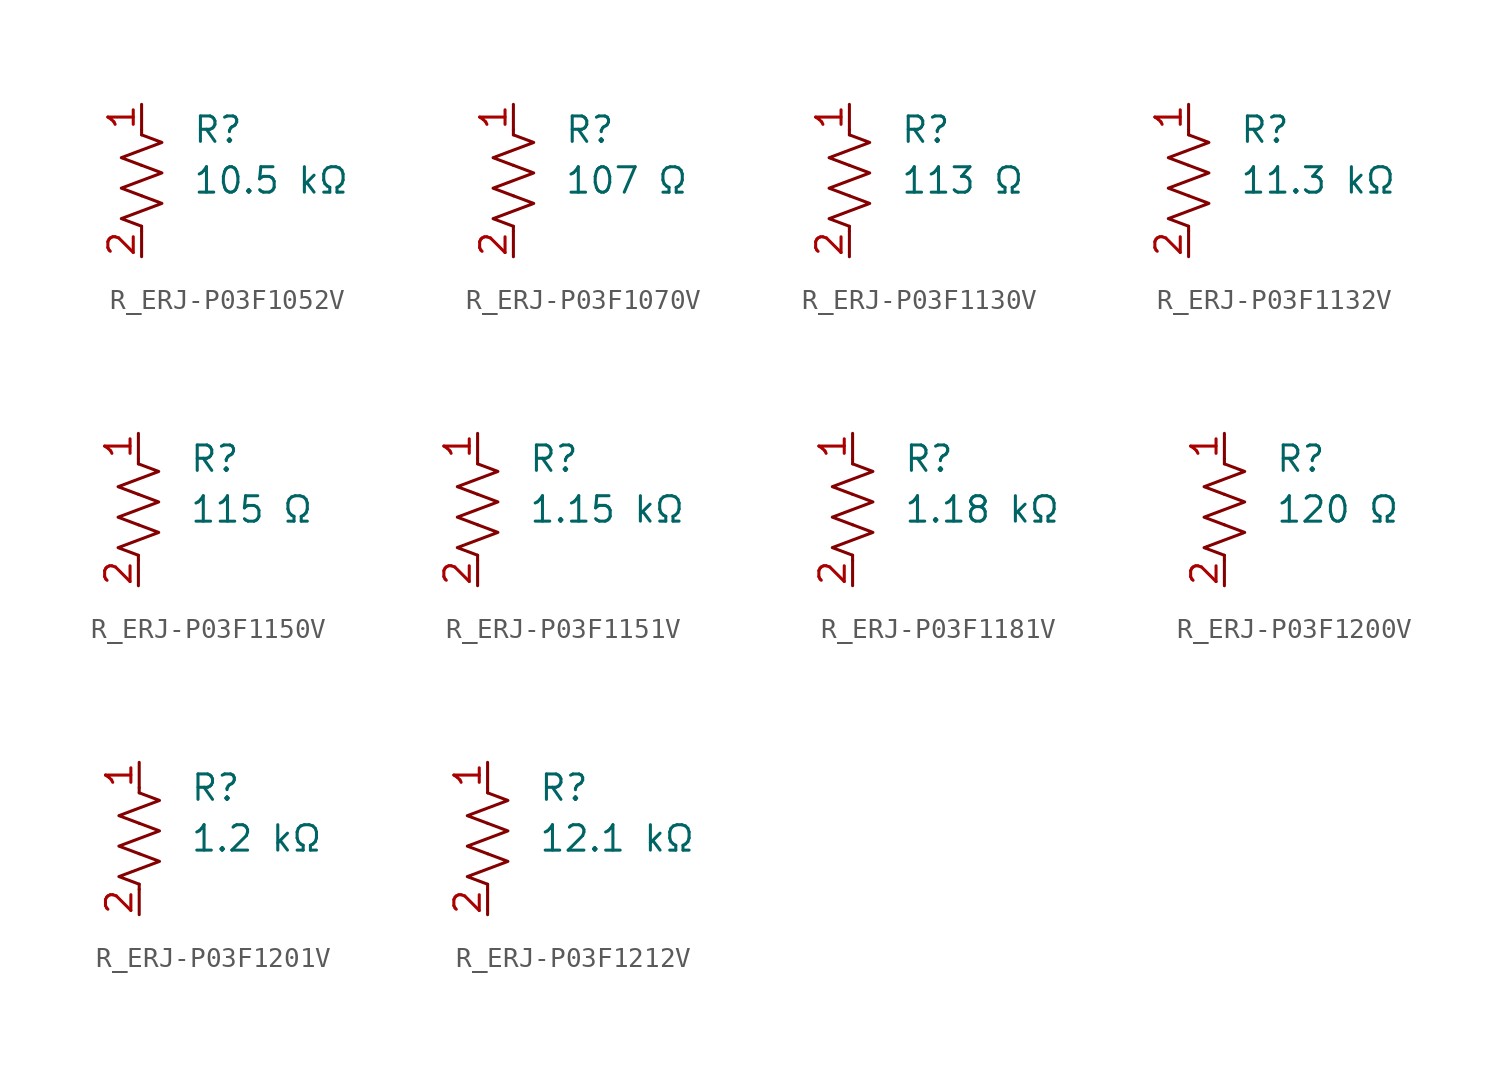
<source format=kicad_sym>
(kicad_symbol_lib
  (version 20231120)
  (generator "kicad_symbol_editor")
  (generator_version "8.0")
  (symbol "R_ERJ-P03F1052V"
    (pin_names
      (offset 0.254))
    (property "Value" "10.5 kΩ"
      (at 2.54 0 0)
      (effects (font (size 1.27 1.27)) (justify left)))
    (property "Reference" "R"
      (at 2.54 2.54 0)
      (effects (font (size 1.27 1.27)) (justify left)))
    (symbol "R_ERJ-P03F1052V_0_1"
      (polyline (pts (xy 0 -2.286) (xy 0 -2.54)) (stroke (width 0) (type default)) (fill (type none)))
      (polyline (pts (xy 0 2.286) (xy 0 2.54)) (stroke (width 0) (type default)) (fill (type none)))
      (polyline (pts (xy 0 -0.762) (xy 1.016 -1.143) (xy 0 -1.524) (xy -1.016 -1.905) (xy 0 -2.286)) (stroke (width 0) (type default)) (fill (type none)))
      (polyline (pts (xy 0 0.762) (xy 1.016 0.381) (xy 0 0) (xy -1.016 -0.381) (xy 0 -0.762)) (stroke (width 0) (type default)) (fill (type none)))
      (polyline (pts (xy 0 2.286) (xy 1.016 1.905) (xy 0 1.524) (xy -1.016 1.143) (xy 0 0.762)) (stroke (width 0) (type default)) (fill (type none))))
    (symbol "R_ERJ-P03F1052V_1_1"
      (pin passive line (at 0 3.81 270) (length 1.27) (name "~" (effects (font (size 1.27 1.27)))) (number "1" (effects (font (size 1.27 1.27)))))
      (pin passive line (at 0 -3.81 90) (length 1.27) (name "~" (effects (font (size 1.27 1.27)))) (number "2" (effects (font (size 1.27 1.27)))))))
  (symbol "R_ERJ-P03F1070V"
    (pin_names
      (offset 0.254))
    (property "Value" "107 Ω"
      (at 2.54 0 0)
      (effects (font (size 1.27 1.27)) (justify left)))
    (property "Reference" "R"
      (at 2.54 2.54 0)
      (effects (font (size 1.27 1.27)) (justify left)))
    (symbol "R_ERJ-P03F1070V_0_1"
      (polyline (pts (xy 0 -2.286) (xy 0 -2.54)) (stroke (width 0) (type default)) (fill (type none)))
      (polyline (pts (xy 0 2.286) (xy 0 2.54)) (stroke (width 0) (type default)) (fill (type none)))
      (polyline (pts (xy 0 -0.762) (xy 1.016 -1.143) (xy 0 -1.524) (xy -1.016 -1.905) (xy 0 -2.286)) (stroke (width 0) (type default)) (fill (type none)))
      (polyline (pts (xy 0 0.762) (xy 1.016 0.381) (xy 0 0) (xy -1.016 -0.381) (xy 0 -0.762)) (stroke (width 0) (type default)) (fill (type none)))
      (polyline (pts (xy 0 2.286) (xy 1.016 1.905) (xy 0 1.524) (xy -1.016 1.143) (xy 0 0.762)) (stroke (width 0) (type default)) (fill (type none))))
    (symbol "R_ERJ-P03F1070V_1_1"
      (pin passive line (at 0 3.81 270) (length 1.27) (name "~" (effects (font (size 1.27 1.27)))) (number "1" (effects (font (size 1.27 1.27)))))
      (pin passive line (at 0 -3.81 90) (length 1.27) (name "~" (effects (font (size 1.27 1.27)))) (number "2" (effects (font (size 1.27 1.27)))))))
  (symbol "R_ERJ-P03F1130V"
    (pin_names
      (offset 0.254))
    (property "Value" "113 Ω"
      (at 2.54 0 0)
      (effects (font (size 1.27 1.27)) (justify left)))
    (property "Reference" "R"
      (at 2.54 2.54 0)
      (effects (font (size 1.27 1.27)) (justify left)))
    (symbol "R_ERJ-P03F1130V_0_1"
      (polyline (pts (xy 0 -2.286) (xy 0 -2.54)) (stroke (width 0) (type default)) (fill (type none)))
      (polyline (pts (xy 0 2.286) (xy 0 2.54)) (stroke (width 0) (type default)) (fill (type none)))
      (polyline (pts (xy 0 -0.762) (xy 1.016 -1.143) (xy 0 -1.524) (xy -1.016 -1.905) (xy 0 -2.286)) (stroke (width 0) (type default)) (fill (type none)))
      (polyline (pts (xy 0 0.762) (xy 1.016 0.381) (xy 0 0) (xy -1.016 -0.381) (xy 0 -0.762)) (stroke (width 0) (type default)) (fill (type none)))
      (polyline (pts (xy 0 2.286) (xy 1.016 1.905) (xy 0 1.524) (xy -1.016 1.143) (xy 0 0.762)) (stroke (width 0) (type default)) (fill (type none))))
    (symbol "R_ERJ-P03F1130V_1_1"
      (pin passive line (at 0 3.81 270) (length 1.27) (name "~" (effects (font (size 1.27 1.27)))) (number "1" (effects (font (size 1.27 1.27)))))
      (pin passive line (at 0 -3.81 90) (length 1.27) (name "~" (effects (font (size 1.27 1.27)))) (number "2" (effects (font (size 1.27 1.27)))))))
  (symbol "R_ERJ-P03F1132V"
    (pin_names
      (offset 0.254))
    (property "Value" "11.3 kΩ"
      (at 2.54 0 0)
      (effects (font (size 1.27 1.27)) (justify left)))
    (property "Reference" "R"
      (at 2.54 2.54 0)
      (effects (font (size 1.27 1.27)) (justify left)))
    (symbol "R_ERJ-P03F1132V_0_1"
      (polyline (pts (xy 0 -2.286) (xy 0 -2.54)) (stroke (width 0) (type default)) (fill (type none)))
      (polyline (pts (xy 0 2.286) (xy 0 2.54)) (stroke (width 0) (type default)) (fill (type none)))
      (polyline (pts (xy 0 -0.762) (xy 1.016 -1.143) (xy 0 -1.524) (xy -1.016 -1.905) (xy 0 -2.286)) (stroke (width 0) (type default)) (fill (type none)))
      (polyline (pts (xy 0 0.762) (xy 1.016 0.381) (xy 0 0) (xy -1.016 -0.381) (xy 0 -0.762)) (stroke (width 0) (type default)) (fill (type none)))
      (polyline (pts (xy 0 2.286) (xy 1.016 1.905) (xy 0 1.524) (xy -1.016 1.143) (xy 0 0.762)) (stroke (width 0) (type default)) (fill (type none))))
    (symbol "R_ERJ-P03F1132V_1_1"
      (pin passive line (at 0 3.81 270) (length 1.27) (name "~" (effects (font (size 1.27 1.27)))) (number "1" (effects (font (size 1.27 1.27)))))
      (pin passive line (at 0 -3.81 90) (length 1.27) (name "~" (effects (font (size 1.27 1.27)))) (number "2" (effects (font (size 1.27 1.27)))))))
  (symbol "R_ERJ-P03F1150V"
    (pin_names
      (offset 0.254))
    (property "Value" "115 Ω"
      (at 2.54 0 0)
      (effects (font (size 1.27 1.27)) (justify left)))
    (property "Reference" "R"
      (at 2.54 2.54 0)
      (effects (font (size 1.27 1.27)) (justify left)))
    (symbol "R_ERJ-P03F1150V_0_1"
      (polyline (pts (xy 0 -2.286) (xy 0 -2.54)) (stroke (width 0) (type default)) (fill (type none)))
      (polyline (pts (xy 0 2.286) (xy 0 2.54)) (stroke (width 0) (type default)) (fill (type none)))
      (polyline (pts (xy 0 -0.762) (xy 1.016 -1.143) (xy 0 -1.524) (xy -1.016 -1.905) (xy 0 -2.286)) (stroke (width 0) (type default)) (fill (type none)))
      (polyline (pts (xy 0 0.762) (xy 1.016 0.381) (xy 0 0) (xy -1.016 -0.381) (xy 0 -0.762)) (stroke (width 0) (type default)) (fill (type none)))
      (polyline (pts (xy 0 2.286) (xy 1.016 1.905) (xy 0 1.524) (xy -1.016 1.143) (xy 0 0.762)) (stroke (width 0) (type default)) (fill (type none))))
    (symbol "R_ERJ-P03F1150V_1_1"
      (pin passive line (at 0 3.81 270) (length 1.27) (name "~" (effects (font (size 1.27 1.27)))) (number "1" (effects (font (size 1.27 1.27)))))
      (pin passive line (at 0 -3.81 90) (length 1.27) (name "~" (effects (font (size 1.27 1.27)))) (number "2" (effects (font (size 1.27 1.27)))))))
  (symbol "R_ERJ-P03F1151V"
    (pin_names
      (offset 0.254))
    (property "Value" "1.15 kΩ"
      (at 2.54 0 0)
      (effects (font (size 1.27 1.27)) (justify left)))
    (property "Reference" "R"
      (at 2.54 2.54 0)
      (effects (font (size 1.27 1.27)) (justify left)))
    (symbol "R_ERJ-P03F1151V_0_1"
      (polyline (pts (xy 0 -2.286) (xy 0 -2.54)) (stroke (width 0) (type default)) (fill (type none)))
      (polyline (pts (xy 0 2.286) (xy 0 2.54)) (stroke (width 0) (type default)) (fill (type none)))
      (polyline (pts (xy 0 -0.762) (xy 1.016 -1.143) (xy 0 -1.524) (xy -1.016 -1.905) (xy 0 -2.286)) (stroke (width 0) (type default)) (fill (type none)))
      (polyline (pts (xy 0 0.762) (xy 1.016 0.381) (xy 0 0) (xy -1.016 -0.381) (xy 0 -0.762)) (stroke (width 0) (type default)) (fill (type none)))
      (polyline (pts (xy 0 2.286) (xy 1.016 1.905) (xy 0 1.524) (xy -1.016 1.143) (xy 0 0.762)) (stroke (width 0) (type default)) (fill (type none))))
    (symbol "R_ERJ-P03F1151V_1_1"
      (pin passive line (at 0 3.81 270) (length 1.27) (name "~" (effects (font (size 1.27 1.27)))) (number "1" (effects (font (size 1.27 1.27)))))
      (pin passive line (at 0 -3.81 90) (length 1.27) (name "~" (effects (font (size 1.27 1.27)))) (number "2" (effects (font (size 1.27 1.27)))))))
  (symbol "R_ERJ-P03F1181V"
    (pin_names
      (offset 0.254))
    (property "Value" "1.18 kΩ"
      (at 2.54 0 0)
      (effects (font (size 1.27 1.27)) (justify left)))
    (property "Reference" "R"
      (at 2.54 2.54 0)
      (effects (font (size 1.27 1.27)) (justify left)))
    (symbol "R_ERJ-P03F1181V_0_1"
      (polyline (pts (xy 0 -2.286) (xy 0 -2.54)) (stroke (width 0) (type default)) (fill (type none)))
      (polyline (pts (xy 0 2.286) (xy 0 2.54)) (stroke (width 0) (type default)) (fill (type none)))
      (polyline (pts (xy 0 -0.762) (xy 1.016 -1.143) (xy 0 -1.524) (xy -1.016 -1.905) (xy 0 -2.286)) (stroke (width 0) (type default)) (fill (type none)))
      (polyline (pts (xy 0 0.762) (xy 1.016 0.381) (xy 0 0) (xy -1.016 -0.381) (xy 0 -0.762)) (stroke (width 0) (type default)) (fill (type none)))
      (polyline (pts (xy 0 2.286) (xy 1.016 1.905) (xy 0 1.524) (xy -1.016 1.143) (xy 0 0.762)) (stroke (width 0) (type default)) (fill (type none))))
    (symbol "R_ERJ-P03F1181V_1_1"
      (pin passive line (at 0 3.81 270) (length 1.27) (name "~" (effects (font (size 1.27 1.27)))) (number "1" (effects (font (size 1.27 1.27)))))
      (pin passive line (at 0 -3.81 90) (length 1.27) (name "~" (effects (font (size 1.27 1.27)))) (number "2" (effects (font (size 1.27 1.27)))))))
  (symbol "R_ERJ-P03F1200V"
    (pin_names
      (offset 0.254))
    (property "Value" "120 Ω"
      (at 2.54 0 0)
      (effects (font (size 1.27 1.27)) (justify left)))
    (property "Reference" "R"
      (at 2.54 2.54 0)
      (effects (font (size 1.27 1.27)) (justify left)))
    (symbol "R_ERJ-P03F1200V_0_1"
      (polyline (pts (xy 0 -2.286) (xy 0 -2.54)) (stroke (width 0) (type default)) (fill (type none)))
      (polyline (pts (xy 0 2.286) (xy 0 2.54)) (stroke (width 0) (type default)) (fill (type none)))
      (polyline (pts (xy 0 -0.762) (xy 1.016 -1.143) (xy 0 -1.524) (xy -1.016 -1.905) (xy 0 -2.286)) (stroke (width 0) (type default)) (fill (type none)))
      (polyline (pts (xy 0 0.762) (xy 1.016 0.381) (xy 0 0) (xy -1.016 -0.381) (xy 0 -0.762)) (stroke (width 0) (type default)) (fill (type none)))
      (polyline (pts (xy 0 2.286) (xy 1.016 1.905) (xy 0 1.524) (xy -1.016 1.143) (xy 0 0.762)) (stroke (width 0) (type default)) (fill (type none))))
    (symbol "R_ERJ-P03F1200V_1_1"
      (pin passive line (at 0 3.81 270) (length 1.27) (name "~" (effects (font (size 1.27 1.27)))) (number "1" (effects (font (size 1.27 1.27)))))
      (pin passive line (at 0 -3.81 90) (length 1.27) (name "~" (effects (font (size 1.27 1.27)))) (number "2" (effects (font (size 1.27 1.27)))))))
  (symbol "R_ERJ-P03F1201V"
    (pin_names
      (offset 0.254))
    (property "Value" "1.2 kΩ"
      (at 2.54 0 0)
      (effects (font (size 1.27 1.27)) (justify left)))
    (property "Reference" "R"
      (at 2.54 2.54 0)
      (effects (font (size 1.27 1.27)) (justify left)))
    (symbol "R_ERJ-P03F1201V_0_1"
      (polyline (pts (xy 0 -2.286) (xy 0 -2.54)) (stroke (width 0) (type default)) (fill (type none)))
      (polyline (pts (xy 0 2.286) (xy 0 2.54)) (stroke (width 0) (type default)) (fill (type none)))
      (polyline (pts (xy 0 -0.762) (xy 1.016 -1.143) (xy 0 -1.524) (xy -1.016 -1.905) (xy 0 -2.286)) (stroke (width 0) (type default)) (fill (type none)))
      (polyline (pts (xy 0 0.762) (xy 1.016 0.381) (xy 0 0) (xy -1.016 -0.381) (xy 0 -0.762)) (stroke (width 0) (type default)) (fill (type none)))
      (polyline (pts (xy 0 2.286) (xy 1.016 1.905) (xy 0 1.524) (xy -1.016 1.143) (xy 0 0.762)) (stroke (width 0) (type default)) (fill (type none))))
    (symbol "R_ERJ-P03F1201V_1_1"
      (pin passive line (at 0 3.81 270) (length 1.27) (name "~" (effects (font (size 1.27 1.27)))) (number "1" (effects (font (size 1.27 1.27)))))
      (pin passive line (at 0 -3.81 90) (length 1.27) (name "~" (effects (font (size 1.27 1.27)))) (number "2" (effects (font (size 1.27 1.27)))))))
  (symbol "R_ERJ-P03F1212V"
    (pin_names
      (offset 0.254))
    (property "Value" "12.1 kΩ"
      (at 2.54 0 0)
      (effects (font (size 1.27 1.27)) (justify left)))
    (property "Reference" "R"
      (at 2.54 2.54 0)
      (effects (font (size 1.27 1.27)) (justify left)))
    (symbol "R_ERJ-P03F1212V_0_1"
      (polyline (pts (xy 0 -2.286) (xy 0 -2.54)) (stroke (width 0) (type default)) (fill (type none)))
      (polyline (pts (xy 0 2.286) (xy 0 2.54)) (stroke (width 0) (type default)) (fill (type none)))
      (polyline (pts (xy 0 -0.762) (xy 1.016 -1.143) (xy 0 -1.524) (xy -1.016 -1.905) (xy 0 -2.286)) (stroke (width 0) (type default)) (fill (type none)))
      (polyline (pts (xy 0 0.762) (xy 1.016 0.381) (xy 0 0) (xy -1.016 -0.381) (xy 0 -0.762)) (stroke (width 0) (type default)) (fill (type none)))
      (polyline (pts (xy 0 2.286) (xy 1.016 1.905) (xy 0 1.524) (xy -1.016 1.143) (xy 0 0.762)) (stroke (width 0) (type default)) (fill (type none))))
    (symbol "R_ERJ-P03F1212V_1_1"
      (pin passive line (at 0 3.81 270) (length 1.27) (name "~" (effects (font (size 1.27 1.27)))) (number "1" (effects (font (size 1.27 1.27)))))
      (pin passive line (at 0 -3.81 90) (length 1.27) (name "~" (effects (font (size 1.27 1.27)))) (number "2" (effects (font (size 1.27 1.27))))))))
</source>
